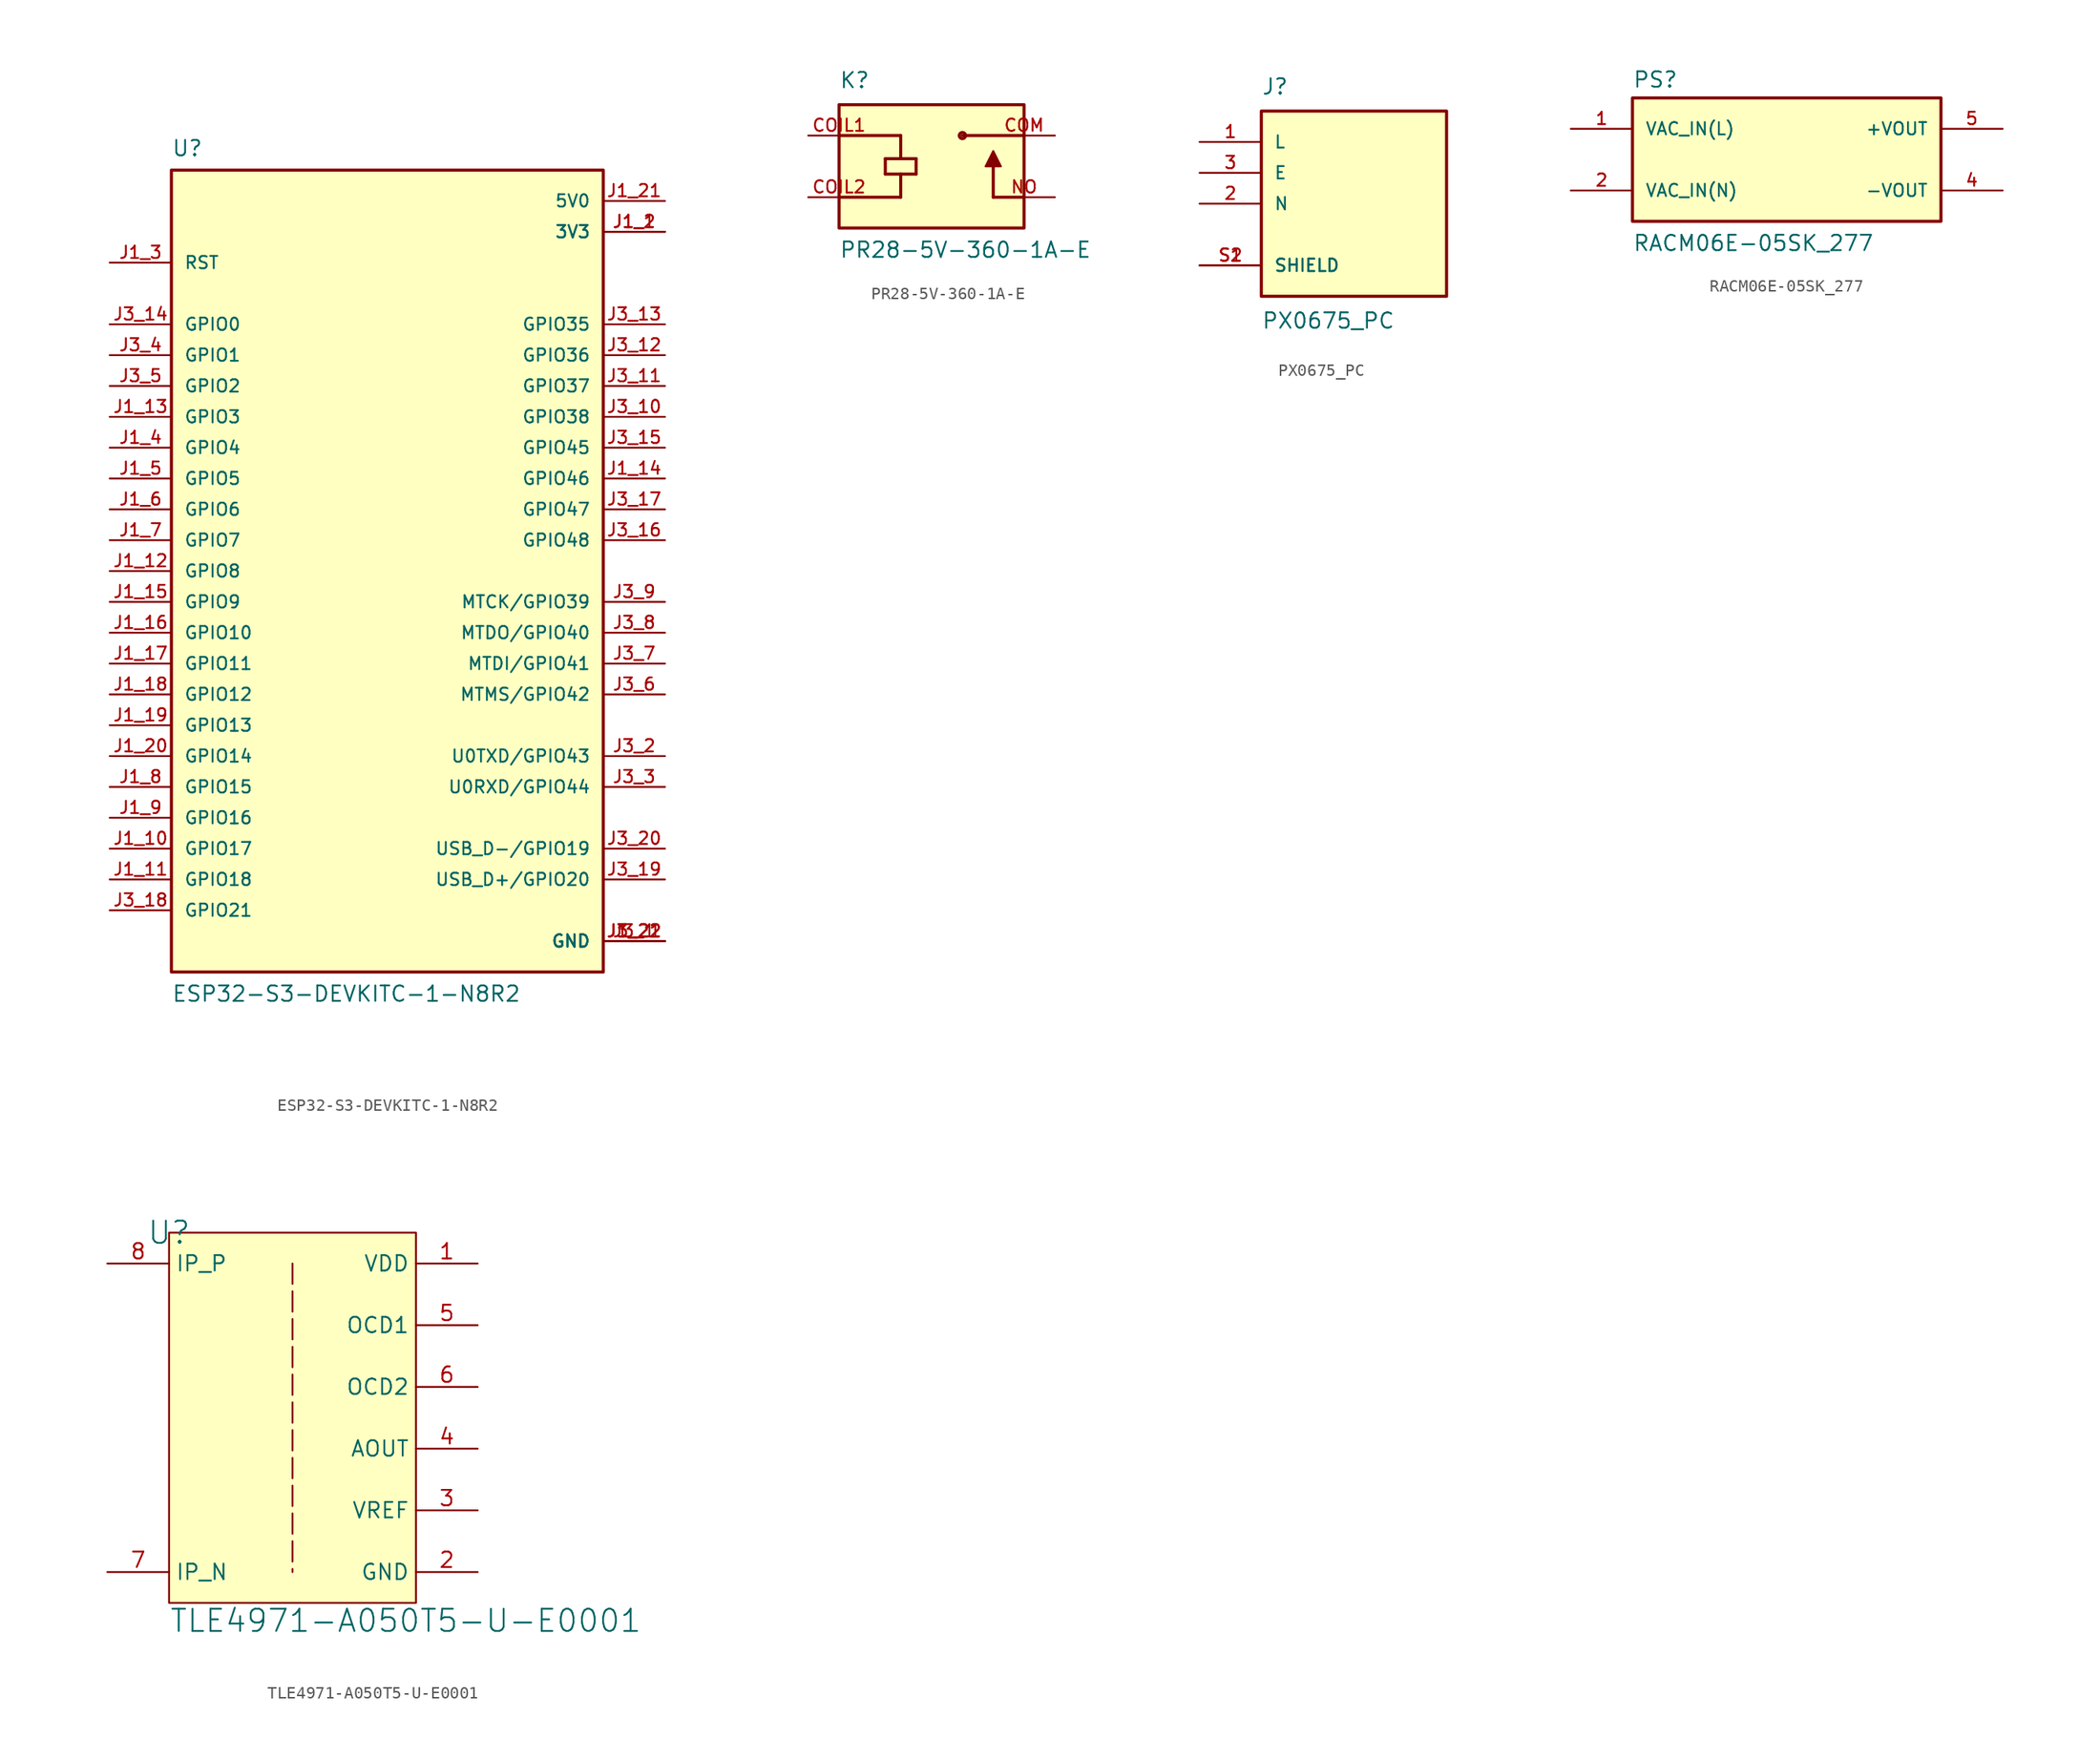
<source format=kicad_sym>
(kicad_symbol_lib
  (version 20241209)
  (generator "kicad_symbol_editor")
  (generator_version "9.0")
  (symbol "ESP32-S3-DEVKITC-1-N8R2"
    (pin_names
      (offset 1.016))
    (property "Reference" "U"
      (at -17.78 35.56 0)
      (effects (font (size 1.27 1.27)) (justify left top)))
    (property "Value" "ESP32-S3-DEVKITC-1-N8R2"
      (at -17.78 -35.56 0)
      (effects (font (size 1.27 1.27)) (justify left bottom)))
    (symbol "ESP32-S3-DEVKITC-1-N8R2_0_0"
      (rectangle (start -17.78 -33.02) (end 17.78 33.02) (stroke (width 0.254) (type default)) (fill (type background)))
      (pin input line (at -22.86 25.4 0) (length 5.08) (name "RST" (effects (font (size 1.016 1.016)))) (number "J1_3" (effects (font (size 1.016 1.016)))))
      (pin bidirectional line (at -22.86 20.32 0) (length 5.08) (name "GPIO0" (effects (font (size 1.016 1.016)))) (number "J3_14" (effects (font (size 1.016 1.016)))))
      (pin bidirectional line (at -22.86 17.78 0) (length 5.08) (name "GPIO1" (effects (font (size 1.016 1.016)))) (number "J3_4" (effects (font (size 1.016 1.016)))))
      (pin bidirectional line (at -22.86 15.24 0) (length 5.08) (name "GPIO2" (effects (font (size 1.016 1.016)))) (number "J3_5" (effects (font (size 1.016 1.016)))))
      (pin bidirectional line (at -22.86 12.7 0) (length 5.08) (name "GPIO3" (effects (font (size 1.016 1.016)))) (number "J1_13" (effects (font (size 1.016 1.016)))))
      (pin bidirectional line (at -22.86 10.16 0) (length 5.08) (name "GPIO4" (effects (font (size 1.016 1.016)))) (number "J1_4" (effects (font (size 1.016 1.016)))))
      (pin bidirectional line (at -22.86 7.62 0) (length 5.08) (name "GPIO5" (effects (font (size 1.016 1.016)))) (number "J1_5" (effects (font (size 1.016 1.016)))))
      (pin bidirectional line (at -22.86 5.08 0) (length 5.08) (name "GPIO6" (effects (font (size 1.016 1.016)))) (number "J1_6" (effects (font (size 1.016 1.016)))))
      (pin bidirectional line (at -22.86 2.54 0) (length 5.08) (name "GPIO7" (effects (font (size 1.016 1.016)))) (number "J1_7" (effects (font (size 1.016 1.016)))))
      (pin bidirectional line (at -22.86 0 0) (length 5.08) (name "GPIO8" (effects (font (size 1.016 1.016)))) (number "J1_12" (effects (font (size 1.016 1.016)))))
      (pin bidirectional line (at -22.86 -2.54 0) (length 5.08) (name "GPIO9" (effects (font (size 1.016 1.016)))) (number "J1_15" (effects (font (size 1.016 1.016)))))
      (pin bidirectional line (at -22.86 -5.08 0) (length 5.08) (name "GPIO10" (effects (font (size 1.016 1.016)))) (number "J1_16" (effects (font (size 1.016 1.016)))))
      (pin bidirectional line (at -22.86 -7.62 0) (length 5.08) (name "GPIO11" (effects (font (size 1.016 1.016)))) (number "J1_17" (effects (font (size 1.016 1.016)))))
      (pin bidirectional line (at -22.86 -10.16 0) (length 5.08) (name "GPIO12" (effects (font (size 1.016 1.016)))) (number "J1_18" (effects (font (size 1.016 1.016)))))
      (pin bidirectional line (at -22.86 -12.7 0) (length 5.08) (name "GPIO13" (effects (font (size 1.016 1.016)))) (number "J1_19" (effects (font (size 1.016 1.016)))))
      (pin bidirectional line (at -22.86 -15.24 0) (length 5.08) (name "GPIO14" (effects (font (size 1.016 1.016)))) (number "J1_20" (effects (font (size 1.016 1.016)))))
      (pin bidirectional line (at -22.86 -17.78 0) (length 5.08) (name "GPIO15" (effects (font (size 1.016 1.016)))) (number "J1_8" (effects (font (size 1.016 1.016)))))
      (pin bidirectional line (at -22.86 -20.32 0) (length 5.08) (name "GPIO16" (effects (font (size 1.016 1.016)))) (number "J1_9" (effects (font (size 1.016 1.016)))))
      (pin bidirectional line (at -22.86 -22.86 0) (length 5.08) (name "GPIO17" (effects (font (size 1.016 1.016)))) (number "J1_10" (effects (font (size 1.016 1.016)))))
      (pin bidirectional line (at -22.86 -25.4 0) (length 5.08) (name "GPIO18" (effects (font (size 1.016 1.016)))) (number "J1_11" (effects (font (size 1.016 1.016)))))
      (pin bidirectional line (at -22.86 -27.94 0) (length 5.08) (name "GPIO21" (effects (font (size 1.016 1.016)))) (number "J3_18" (effects (font (size 1.016 1.016)))))
      (pin power_in line (at 22.86 30.48 180) (length 5.08) (name "5V0" (effects (font (size 1.016 1.016)))) (number "J1_21" (effects (font (size 1.016 1.016)))))
      (pin power_in line (at 22.86 27.94 180) (length 5.08) (name "3V3" (effects (font (size 1.016 1.016)))) (number "J1_1" (effects (font (size 1.016 1.016)))))
      (pin power_in line (at 22.86 27.94 180) (length 5.08) (name "3V3" (effects (font (size 1.016 1.016)))) (number "J1_2" (effects (font (size 1.016 1.016)))))
      (pin bidirectional line (at 22.86 20.32 180) (length 5.08) (name "GPIO35" (effects (font (size 1.016 1.016)))) (number "J3_13" (effects (font (size 1.016 1.016)))))
      (pin bidirectional line (at 22.86 17.78 180) (length 5.08) (name "GPIO36" (effects (font (size 1.016 1.016)))) (number "J3_12" (effects (font (size 1.016 1.016)))))
      (pin bidirectional line (at 22.86 15.24 180) (length 5.08) (name "GPIO37" (effects (font (size 1.016 1.016)))) (number "J3_11" (effects (font (size 1.016 1.016)))))
      (pin bidirectional line (at 22.86 12.7 180) (length 5.08) (name "GPIO38" (effects (font (size 1.016 1.016)))) (number "J3_10" (effects (font (size 1.016 1.016)))))
      (pin bidirectional line (at 22.86 10.16 180) (length 5.08) (name "GPIO45" (effects (font (size 1.016 1.016)))) (number "J3_15" (effects (font (size 1.016 1.016)))))
      (pin bidirectional line (at 22.86 7.62 180) (length 5.08) (name "GPIO46" (effects (font (size 1.016 1.016)))) (number "J1_14" (effects (font (size 1.016 1.016)))))
      (pin bidirectional line (at 22.86 5.08 180) (length 5.08) (name "GPIO47" (effects (font (size 1.016 1.016)))) (number "J3_17" (effects (font (size 1.016 1.016)))))
      (pin bidirectional line (at 22.86 2.54 180) (length 5.08) (name "GPIO48" (effects (font (size 1.016 1.016)))) (number "J3_16" (effects (font (size 1.016 1.016)))))
      (pin bidirectional line (at 22.86 -2.54 180) (length 5.08) (name "MTCK/GPIO39" (effects (font (size 1.016 1.016)))) (number "J3_9" (effects (font (size 1.016 1.016)))))
      (pin bidirectional line (at 22.86 -5.08 180) (length 5.08) (name "MTDO/GPIO40" (effects (font (size 1.016 1.016)))) (number "J3_8" (effects (font (size 1.016 1.016)))))
      (pin bidirectional line (at 22.86 -7.62 180) (length 5.08) (name "MTDI/GPIO41" (effects (font (size 1.016 1.016)))) (number "J3_7" (effects (font (size 1.016 1.016)))))
      (pin bidirectional line (at 22.86 -10.16 180) (length 5.08) (name "MTMS/GPIO42" (effects (font (size 1.016 1.016)))) (number "J3_6" (effects (font (size 1.016 1.016)))))
      (pin bidirectional line (at 22.86 -15.24 180) (length 5.08) (name "U0TXD/GPIO43" (effects (font (size 1.016 1.016)))) (number "J3_2" (effects (font (size 1.016 1.016)))))
      (pin bidirectional line (at 22.86 -17.78 180) (length 5.08) (name "U0RXD/GPIO44" (effects (font (size 1.016 1.016)))) (number "J3_3" (effects (font (size 1.016 1.016)))))
      (pin bidirectional line (at 22.86 -22.86 180) (length 5.08) (name "USB_D-/GPIO19" (effects (font (size 1.016 1.016)))) (number "J3_20" (effects (font (size 1.016 1.016)))))
      (pin bidirectional line (at 22.86 -25.4 180) (length 5.08) (name "USB_D+/GPIO20" (effects (font (size 1.016 1.016)))) (number "J3_19" (effects (font (size 1.016 1.016)))))
      (pin power_in line (at 22.86 -30.48 180) (length 5.08) (name "GND" (effects (font (size 1.016 1.016)))) (number "J1_22" (effects (font (size 1.016 1.016)))))
      (pin power_in line (at 22.86 -30.48 180) (length 5.08) (name "GND" (effects (font (size 1.016 1.016)))) (number "J3_1" (effects (font (size 1.016 1.016)))))
      (pin power_in line (at 22.86 -30.48 180) (length 5.08) (name "GND" (effects (font (size 1.016 1.016)))) (number "J3_21" (effects (font (size 1.016 1.016)))))
      (pin power_in line (at 22.86 -30.48 180) (length 5.08) (name "GND" (effects (font (size 1.016 1.016)))) (number "J3_22" (effects (font (size 1.016 1.016)))))))
  (symbol "PR28-5V-360-1A-E"
    (pin_names
      (offset 1.016))
    (property "Reference" "K"
      (at -7.62 6.35 0)
      (effects (font (size 1.27 1.27)) (justify left bottom)))
    (property "Value" "PR28-5V-360-1A-E"
      (at -7.62 -7.62 0)
      (effects (font (size 1.27 1.27)) (justify left bottom)))
    (symbol "PR28-5V-360-1A-E_0_0"
      (polyline (pts (xy -7.62 2.54) (xy -2.54 2.54)) (stroke (width 0.254) (type default)) (fill (type none)))
      (polyline (pts (xy -7.62 -2.54) (xy -2.54 -2.54)) (stroke (width 0.254) (type default)) (fill (type none)))
      (rectangle (start -7.62 -5.08) (end 7.62 5.08) (stroke (width 0.254) (type default)) (fill (type background)))
      (polyline (pts (xy -3.81 0.635) (xy -2.54 0.635)) (stroke (width 0.254) (type default)) (fill (type none)))
      (polyline (pts (xy -3.81 -0.635) (xy -3.81 0.635)) (stroke (width 0.254) (type default)) (fill (type none)))
      (polyline (pts (xy -2.54 2.54) (xy -2.54 0.635)) (stroke (width 0.254) (type default)) (fill (type none)))
      (polyline (pts (xy -2.54 0.635) (xy -1.27 0.635)) (stroke (width 0.254) (type default)) (fill (type none)))
      (polyline (pts (xy -2.54 -0.635) (xy -3.81 -0.635)) (stroke (width 0.254) (type default)) (fill (type none)))
      (polyline (pts (xy -2.54 -0.635) (xy -2.54 -2.54)) (stroke (width 0.254) (type default)) (fill (type none)))
      (polyline (pts (xy -1.27 0.635) (xy -1.27 -0.635)) (stroke (width 0.254) (type default)) (fill (type none)))
      (polyline (pts (xy -1.27 -0.635) (xy -2.54 -0.635)) (stroke (width 0.254) (type default)) (fill (type none)))
      (circle (center 2.54 2.54) (radius 0.254) (stroke (width 0.254) (type default)) (fill (type none)))
      (polyline (pts (xy 4.445 0) (xy 5.715 0) (xy 5.08 1.27) (xy 4.445 0)) (stroke (width 0.152) (type default)) (fill (type outline)))
      (polyline (pts (xy 5.08 -2.54) (xy 5.08 0)) (stroke (width 0.254) (type default)) (fill (type none)))
      (polyline (pts (xy 7.62 2.54) (xy 2.54 2.54)) (stroke (width 0.254) (type default)) (fill (type none)))
      (polyline (pts (xy 7.62 -2.54) (xy 5.08 -2.54)) (stroke (width 0.254) (type default)) (fill (type none)))
      (pin passive line (at -10.16 2.54 0) (length 5.08) (name "~" (effects (font (size 1.016 1.016)))) (number "COIL1" (effects (font (size 1.016 1.016)))))
      (pin passive line (at -10.16 -2.54 0) (length 5.08) (name "~" (effects (font (size 1.016 1.016)))) (number "COIL2" (effects (font (size 1.016 1.016)))))
      (pin passive line (at 10.16 2.54 180) (length 5.08) (name "~" (effects (font (size 1.016 1.016)))) (number "COM" (effects (font (size 1.016 1.016)))))
      (pin passive line (at 10.16 -2.54 180) (length 5.08) (name "~" (effects (font (size 1.016 1.016)))) (number "NO" (effects (font (size 1.016 1.016)))))))
  (symbol "PX0675_PC"
    (pin_names
      (offset 1.016))
    (property "Reference" "J"
      (at -7.62 8.89 0)
      (effects (font (size 1.27 1.27)) (justify left bottom)))
    (property "Value" "PX0675_PC"
      (at -7.62 -8.89 0)
      (effects (font (size 1.27 1.27)) (justify left top)))
    (symbol "PX0675_PC_0_0"
      (rectangle (start -7.62 -7.62) (end 7.62 7.62) (stroke (width 0.254) (type default)) (fill (type background)))
      (pin passive line (at -12.7 5.08 0) (length 5.08) (name "L" (effects (font (size 1.016 1.016)))) (number "1" (effects (font (size 1.016 1.016)))))
      (pin passive line (at -12.7 2.54 0) (length 5.08) (name "E" (effects (font (size 1.016 1.016)))) (number "3" (effects (font (size 1.016 1.016)))))
      (pin passive line (at -12.7 0 0) (length 5.08) (name "N" (effects (font (size 1.016 1.016)))) (number "2" (effects (font (size 1.016 1.016)))))
      (pin passive line (at -12.7 -5.08 0) (length 5.08) (name "SHIELD" (effects (font (size 1.016 1.016)))) (number "S1" (effects (font (size 1.016 1.016)))))
      (pin passive line (at -12.7 -5.08 0) (length 5.08) (name "SHIELD" (effects (font (size 1.016 1.016)))) (number "S2" (effects (font (size 1.016 1.016)))))))
  (symbol "RACM06E-05SK_277"
    (pin_names
      (offset 1.016))
    (property "Reference" "PS"
      (at -12.7 5.842 0)
      (effects (font (size 1.27 1.27)) (justify left bottom)))
    (property "Value" "RACM06E-05SK_277"
      (at -12.7 -7.62 0)
      (effects (font (size 1.27 1.27)) (justify left bottom)))
    (symbol "RACM06E-05SK_277_0_0"
      (rectangle (start -12.7 -5.08) (end 12.7 5.08) (stroke (width 0.254) (type default)) (fill (type background)))
      (pin input line (at -17.78 2.54 0) (length 5.08) (name "VAC_IN(L)" (effects (font (size 1.016 1.016)))) (number "1" (effects (font (size 1.016 1.016)))))
      (pin input line (at -17.78 -2.54 0) (length 5.08) (name "VAC_IN(N)" (effects (font (size 1.016 1.016)))) (number "2" (effects (font (size 1.016 1.016)))))
      (pin output line (at 17.78 2.54 180) (length 5.08) (name "+VOUT" (effects (font (size 1.016 1.016)))) (number "5" (effects (font (size 1.016 1.016)))))
      (pin output line (at 17.78 -2.54 180) (length 5.08) (name "-VOUT" (effects (font (size 1.016 1.016)))) (number "4" (effects (font (size 1.016 1.016)))))))
  (symbol "TLE4971-A050T5-U-E0001"
    (property "Reference" "U"
      (at 0 0 0)
      (effects (font (size 1.829 1.829))))
    (property "Value" "TLE4971-A050T5-U-E0001"
      (at 0 -33.02 0)
      (effects (font (size 1.829 1.829)) (justify left bottom)))
    (symbol "TLE4971-A050T5-U-E0001_1_0"
      (polyline (pts (xy 10.16 -2.54) (xy 10.16 -27.94)) (stroke (width 0) (type dash)) (fill (type none)))
      (rectangle (start 20.32 0) (end 0 -30.48) (stroke (width 0) (type solid) (color 128 0 0 1)) (fill (type background)))
      (pin bidirectional line (at -5.08 -2.54 0) (length 5.08) (name "IP_P" (effects (font (size 1.27 1.27)))) (number "8" (effects (font (size 1.27 1.27)))))
      (pin bidirectional line (at -5.08 -27.94 0) (length 5.08) (name "IP_N" (effects (font (size 1.27 1.27)))) (number "7" (effects (font (size 1.27 1.27)))))
      (pin power_in line (at 25.4 -2.54 180) (length 5.08) (name "VDD" (effects (font (size 1.27 1.27)))) (number "1" (effects (font (size 1.27 1.27)))))
      (pin output line (at 25.4 -7.62 180) (length 5.08) (name "OCD1" (effects (font (size 1.27 1.27)))) (number "5" (effects (font (size 1.27 1.27)))))
      (pin bidirectional line (at 25.4 -12.7 180) (length 5.08) (name "OCD2" (effects (font (size 1.27 1.27)))) (number "6" (effects (font (size 1.27 1.27)))))
      (pin output line (at 25.4 -17.78 180) (length 5.08) (name "AOUT" (effects (font (size 1.27 1.27)))) (number "4" (effects (font (size 1.27 1.27)))))
      (pin power_in line (at 25.4 -22.86 180) (length 5.08) (name "VREF" (effects (font (size 1.27 1.27)))) (number "3" (effects (font (size 1.27 1.27)))))
      (pin power_in line (at 25.4 -27.94 180) (length 5.08) (name "GND" (effects (font (size 1.27 1.27)))) (number "2" (effects (font (size 1.27 1.27))))))))
</source>
